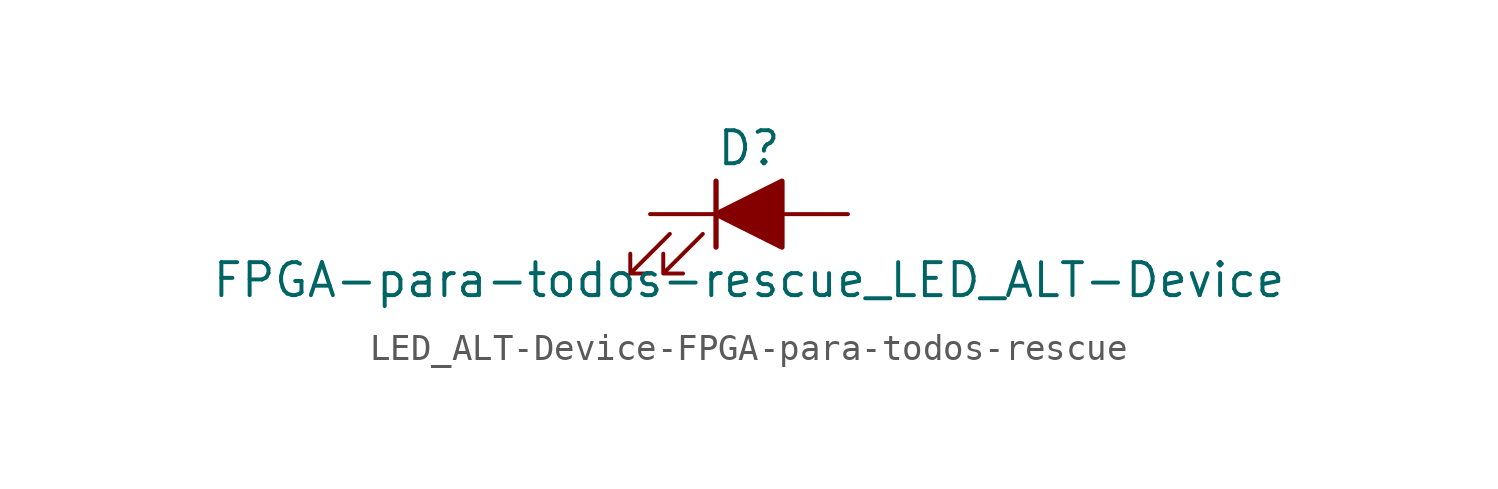
<source format=kicad_sym>
(kicad_symbol_lib
  (version 20231120)
  (generator "kicad_symbol_editor")
  (generator_version "8.0")
  (symbol "LED_ALT-Device-FPGA-para-todos-rescue"
    (pin_numbers hide)
    (pin_names
      (offset 1.016) hide)
    (property "Reference" "D"
      (at 0 2.54 0)
      (effects (font (size 1.27 1.27))))
    (property "Value" "FPGA-para-todos-rescue_LED_ALT-Device"
      (at 0 -2.54 0)
      (effects (font (size 1.27 1.27))))
    (symbol "LED_ALT-Device-FPGA-para-todos-rescue_0_1"
      (polyline (pts (xy -1.27 -1.27) (xy -1.27 1.27)) (stroke (width 0.203) (type solid)) (fill (type none)))
      (polyline (pts (xy -1.27 0) (xy 1.27 0)) (stroke (width 0) (type solid)) (fill (type none)))
      (polyline (pts (xy 1.27 -1.27) (xy 1.27 1.27) (xy -1.27 0) (xy 1.27 -1.27)) (stroke (width 0.203) (type solid)) (fill (type outline)))
      (polyline (pts (xy -3.048 -0.762) (xy -4.572 -2.286) (xy -3.81 -2.286) (xy -4.572 -2.286) (xy -4.572 -1.524)) (stroke (width 0) (type solid)) (fill (type none)))
      (polyline (pts (xy -1.778 -0.762) (xy -3.302 -2.286) (xy -2.54 -2.286) (xy -3.302 -2.286) (xy -3.302 -1.524)) (stroke (width 0) (type solid)) (fill (type none))))
    (symbol "LED_ALT-Device-FPGA-para-todos-rescue_1_1"
      (pin passive line (at 3.81 0 180) (length 2.54) (name "A" (effects (font (size 1.27 1.27)))) (number "1" (effects (font (size 1.27 1.27)))))
      (pin passive line (at -3.81 0 0) (length 2.54) (name "K" (effects (font (size 1.27 1.27)))) (number "2" (effects (font (size 1.27 1.27))))))))
</source>
